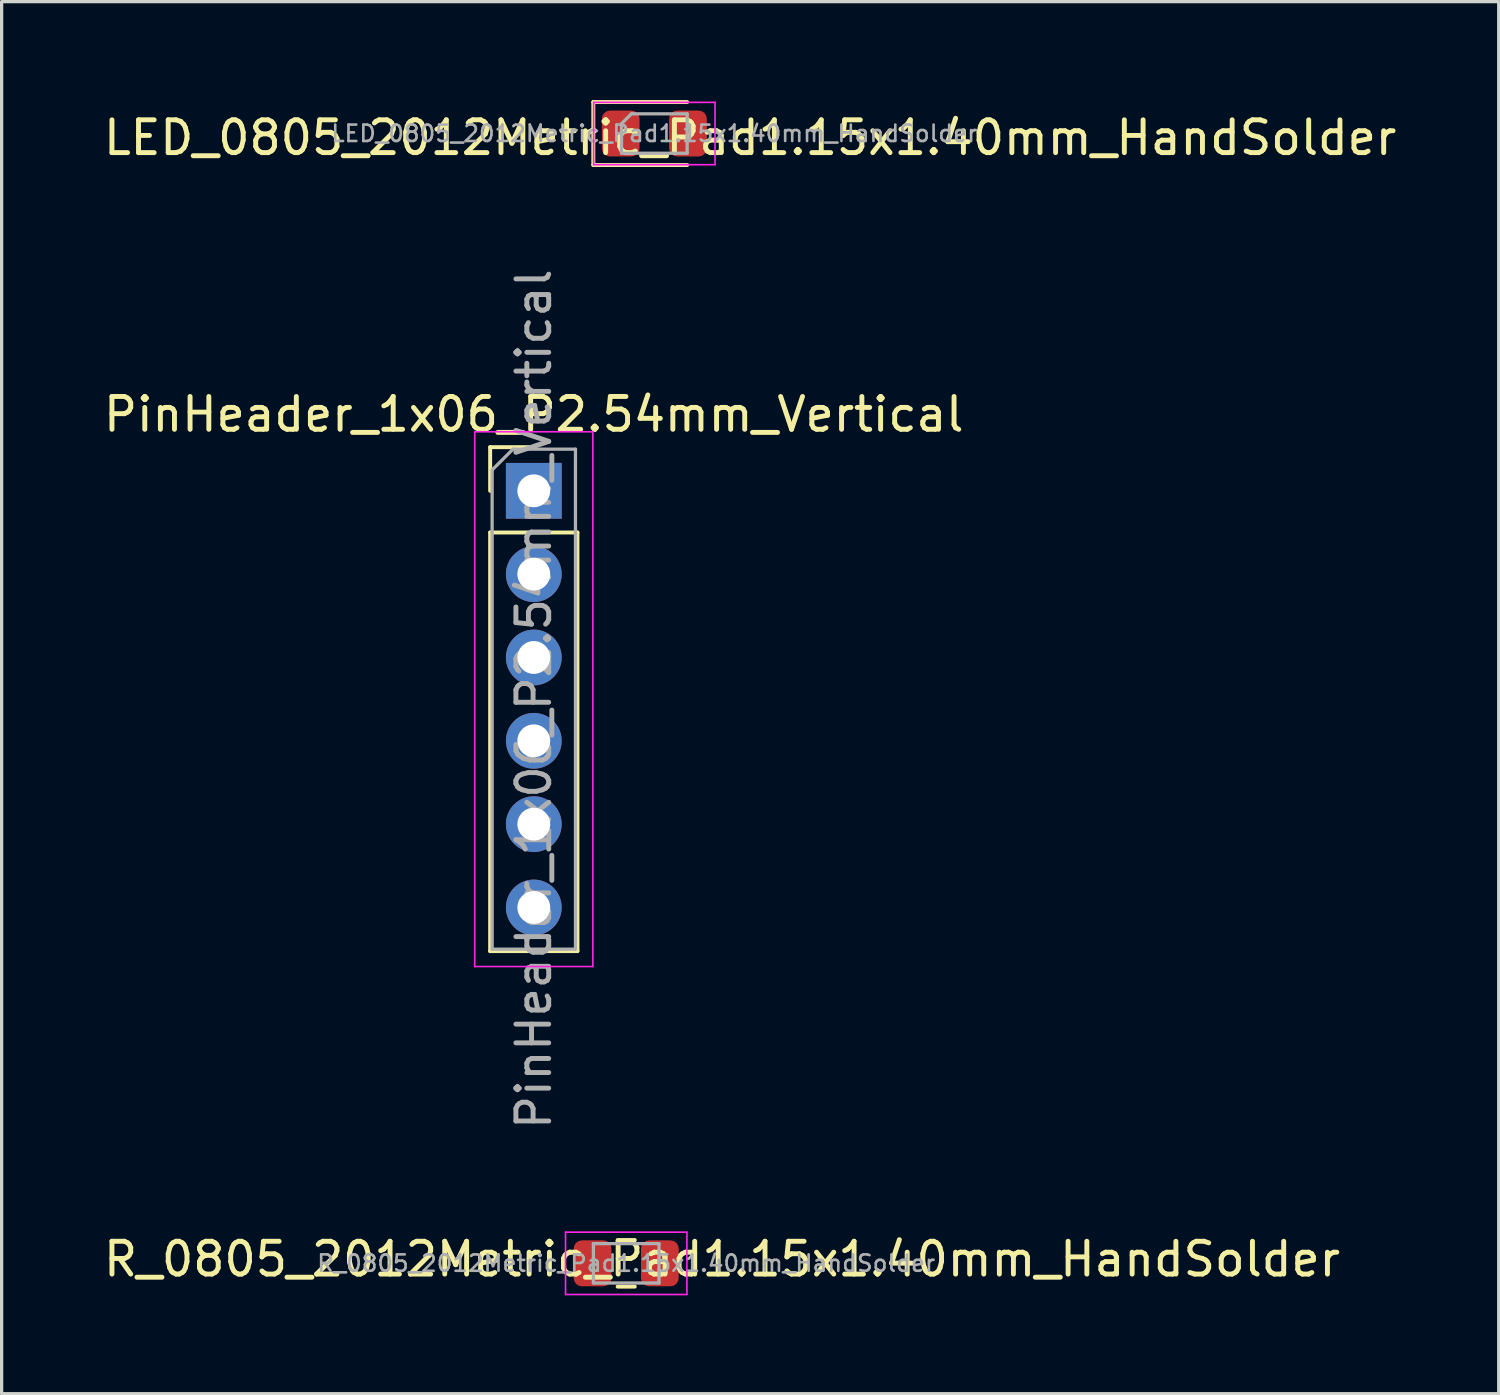
<source format=kicad_pcb>
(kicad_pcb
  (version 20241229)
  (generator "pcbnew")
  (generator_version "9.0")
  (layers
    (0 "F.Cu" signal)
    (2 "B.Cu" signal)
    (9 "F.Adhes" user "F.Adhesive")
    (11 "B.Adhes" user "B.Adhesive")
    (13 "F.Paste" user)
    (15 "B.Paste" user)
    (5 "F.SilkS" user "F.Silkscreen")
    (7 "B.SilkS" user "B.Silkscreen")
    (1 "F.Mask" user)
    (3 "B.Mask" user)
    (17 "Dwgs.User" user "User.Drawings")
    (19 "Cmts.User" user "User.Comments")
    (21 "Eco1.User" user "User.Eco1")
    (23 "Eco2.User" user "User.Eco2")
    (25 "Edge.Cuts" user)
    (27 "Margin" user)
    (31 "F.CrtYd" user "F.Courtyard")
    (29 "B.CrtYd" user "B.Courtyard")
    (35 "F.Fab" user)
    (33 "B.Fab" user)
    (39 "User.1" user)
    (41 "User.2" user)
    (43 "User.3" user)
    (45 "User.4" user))
  (footprint "PinHeader_1x06_P2.54mm_Vertical"
    (layer "F.Cu")
    (at 13.22 11.91)
    (property "Reference" "PinHeader_1x06_P2.54mm_Vertical" (at 0 -2.33 0) (layer "F.SilkS") (effects (font (size 1 1) (thickness 0.15))))
    (attr through_hole)
    (fp_line (start -1.33 -1.33) (end 0 -1.33) (stroke (width 0.12) (type solid)) (layer "F.SilkS"))
    (fp_line (start -1.33 0) (end -1.33 -1.33) (stroke (width 0.12) (type solid)) (layer "F.SilkS"))
    (fp_line (start -1.33 1.27) (end -1.33 14.03) (stroke (width 0.12) (type solid)) (layer "F.SilkS"))
    (fp_line (start -1.33 1.27) (end 1.33 1.27) (stroke (width 0.12) (type solid)) (layer "F.SilkS"))
    (fp_line (start -1.33 14.03) (end 1.33 14.03) (stroke (width 0.12) (type solid)) (layer "F.SilkS"))
    (fp_line (start 1.33 1.27) (end 1.33 14.03) (stroke (width 0.12) (type solid)) (layer "F.SilkS"))
    (fp_line (start -1.8 -1.8) (end -1.8 14.5) (stroke (width 0.05) (type solid)) (layer "F.CrtYd"))
    (fp_line (start -1.8 14.5) (end 1.8 14.5) (stroke (width 0.05) (type solid)) (layer "F.CrtYd"))
    (fp_line (start 1.8 -1.8) (end -1.8 -1.8) (stroke (width 0.05) (type solid)) (layer "F.CrtYd"))
    (fp_line (start 1.8 14.5) (end 1.8 -1.8) (stroke (width 0.05) (type solid)) (layer "F.CrtYd"))
    (fp_line (start -1.27 -0.635) (end -0.635 -1.27) (stroke (width 0.1) (type solid)) (layer "F.Fab"))
    (fp_line (start -1.27 13.97) (end -1.27 -0.635) (stroke (width 0.1) (type solid)) (layer "F.Fab"))
    (fp_line (start -0.635 -1.27) (end 1.27 -1.27) (stroke (width 0.1) (type solid)) (layer "F.Fab"))
    (fp_line (start 1.27 -1.27) (end 1.27 13.97) (stroke (width 0.1) (type solid)) (layer "F.Fab"))
    (fp_line (start 1.27 13.97) (end -1.27 13.97) (stroke (width 0.1) (type solid)) (layer "F.Fab"))
    (fp_text user "${REFERENCE}" (at 0 6.35 90) (layer "F.Fab") (effects (font (size 1 1) (thickness 0.15))))
    (pad "1" thru_hole rect (at 0 0) (size 1.7 1.7) (drill 1) (layers "*.Cu" "*.Mask"))
    (pad "2" thru_hole oval (at 0 2.54) (size 1.7 1.7) (drill 1) (layers "*.Cu" "*.Mask"))
    (pad "3" thru_hole oval (at 0 5.08) (size 1.7 1.7) (drill 1) (layers "*.Cu" "*.Mask"))
    (pad "4" thru_hole oval (at 0 7.62) (size 1.7 1.7) (drill 1) (layers "*.Cu" "*.Mask"))
    (pad "5" thru_hole oval (at 0 10.16) (size 1.7 1.7) (drill 1) (layers "*.Cu" "*.Mask"))
    (pad "6" thru_hole oval (at 0 12.7) (size 1.7 1.7) (drill 1) (layers "*.Cu" "*.Mask")))
  (footprint "LED_0805_2012Metric_Pad1.15x1.40mm_HandSolder"
    (layer "F.Cu")
    (at 16.894 1.02)
    (property "Reference" "LED_0805_2012Metric_Pad1.15x1.40mm_HandSolder" (at 2.921 0.127 0) (layer "F.SilkS") (effects (font (size 1 1) (thickness 0.15))))
    (attr smd)
    (fp_line (start -1.86 -0.96) (end -1.86 0.96) (stroke (width 0.12) (type solid)) (layer "F.SilkS"))
    (fp_line (start -1.86 0.96) (end 1 0.96) (stroke (width 0.12) (type solid)) (layer "F.SilkS"))
    (fp_line (start 1 -0.96) (end -1.86 -0.96) (stroke (width 0.12) (type solid)) (layer "F.SilkS"))
    (fp_line (start -1.85 -0.95) (end 1.85 -0.95) (stroke (width 0.05) (type solid)) (layer "F.CrtYd"))
    (fp_line (start -1.85 0.95) (end -1.85 -0.95) (stroke (width 0.05) (type solid)) (layer "F.CrtYd"))
    (fp_line (start 1.85 -0.95) (end 1.85 0.95) (stroke (width 0.05) (type solid)) (layer "F.CrtYd"))
    (fp_line (start 1.85 0.95) (end -1.85 0.95) (stroke (width 0.05) (type solid)) (layer "F.CrtYd"))
    (fp_line (start -1 -0.3) (end -1 0.6) (stroke (width 0.1) (type solid)) (layer "F.Fab"))
    (fp_line (start -1 0.6) (end 1 0.6) (stroke (width 0.1) (type solid)) (layer "F.Fab"))
    (fp_line (start -0.7 -0.6) (end -1 -0.3) (stroke (width 0.1) (type solid)) (layer "F.Fab"))
    (fp_line (start 1 -0.6) (end -0.7 -0.6) (stroke (width 0.1) (type solid)) (layer "F.Fab"))
    (fp_line (start 1 0.6) (end 1 -0.6) (stroke (width 0.1) (type solid)) (layer "F.Fab"))
    (fp_text user "${REFERENCE}" (at 0 0 0) (layer "F.Fab") (effects (font (size 0.5 0.5) (thickness 0.08))))
    (pad "1" smd roundrect (at -1.025 0) (size 1.15 1.4) (layers "F.Cu" "F.Mask" "F.Paste") (roundrect_rratio 0.217))
    (pad "2" smd roundrect (at 1.025 0) (size 1.15 1.4) (layers "F.Cu" "F.Mask" "F.Paste") (roundrect_rratio 0.217)))
  (footprint "R_0805_2012Metric_Pad1.15x1.40mm_HandSolder"
    (layer "F.Cu")
    (at 16.037 35.456)
    (property "Reference" "R_0805_2012Metric_Pad1.15x1.40mm_HandSolder" (at 2.921 -0.127 0) (layer "F.SilkS") (effects (font (size 1 1) (thickness 0.15))))
    (attr smd)
    (fp_line (start -0.261 -0.71) (end 0.261 -0.71) (stroke (width 0.12) (type solid)) (layer "F.SilkS"))
    (fp_line (start -0.261 0.71) (end 0.261 0.71) (stroke (width 0.12) (type solid)) (layer "F.SilkS"))
    (fp_line (start -1.85 -0.95) (end 1.85 -0.95) (stroke (width 0.05) (type solid)) (layer "F.CrtYd"))
    (fp_line (start -1.85 0.95) (end -1.85 -0.95) (stroke (width 0.05) (type solid)) (layer "F.CrtYd"))
    (fp_line (start 1.85 -0.95) (end 1.85 0.95) (stroke (width 0.05) (type solid)) (layer "F.CrtYd"))
    (fp_line (start 1.85 0.95) (end -1.85 0.95) (stroke (width 0.05) (type solid)) (layer "F.CrtYd"))
    (fp_line (start -1 -0.6) (end 1 -0.6) (stroke (width 0.1) (type solid)) (layer "F.Fab"))
    (fp_line (start -1 0.6) (end -1 -0.6) (stroke (width 0.1) (type solid)) (layer "F.Fab"))
    (fp_line (start 1 -0.6) (end 1 0.6) (stroke (width 0.1) (type solid)) (layer "F.Fab"))
    (fp_line (start 1 0.6) (end -1 0.6) (stroke (width 0.1) (type solid)) (layer "F.Fab"))
    (fp_text user "${REFERENCE}" (at 0 0 0) (layer "F.Fab") (effects (font (size 0.5 0.5) (thickness 0.08))))
    (pad "1" smd roundrect (at -1.025 0) (size 1.15 1.4) (layers "F.Cu" "F.Mask" "F.Paste") (roundrect_rratio 0.217))
    (pad "2" smd roundrect (at 1.025 0) (size 1.15 1.4) (layers "F.Cu" "F.Mask" "F.Paste") (roundrect_rratio 0.217)))
  (gr_rect
    (start -3 -3)
    (end 42.631 39.431)
    (stroke (width 0.1) (type default))
    (fill no)
    (layer "Edge.Cuts")))
</source>
